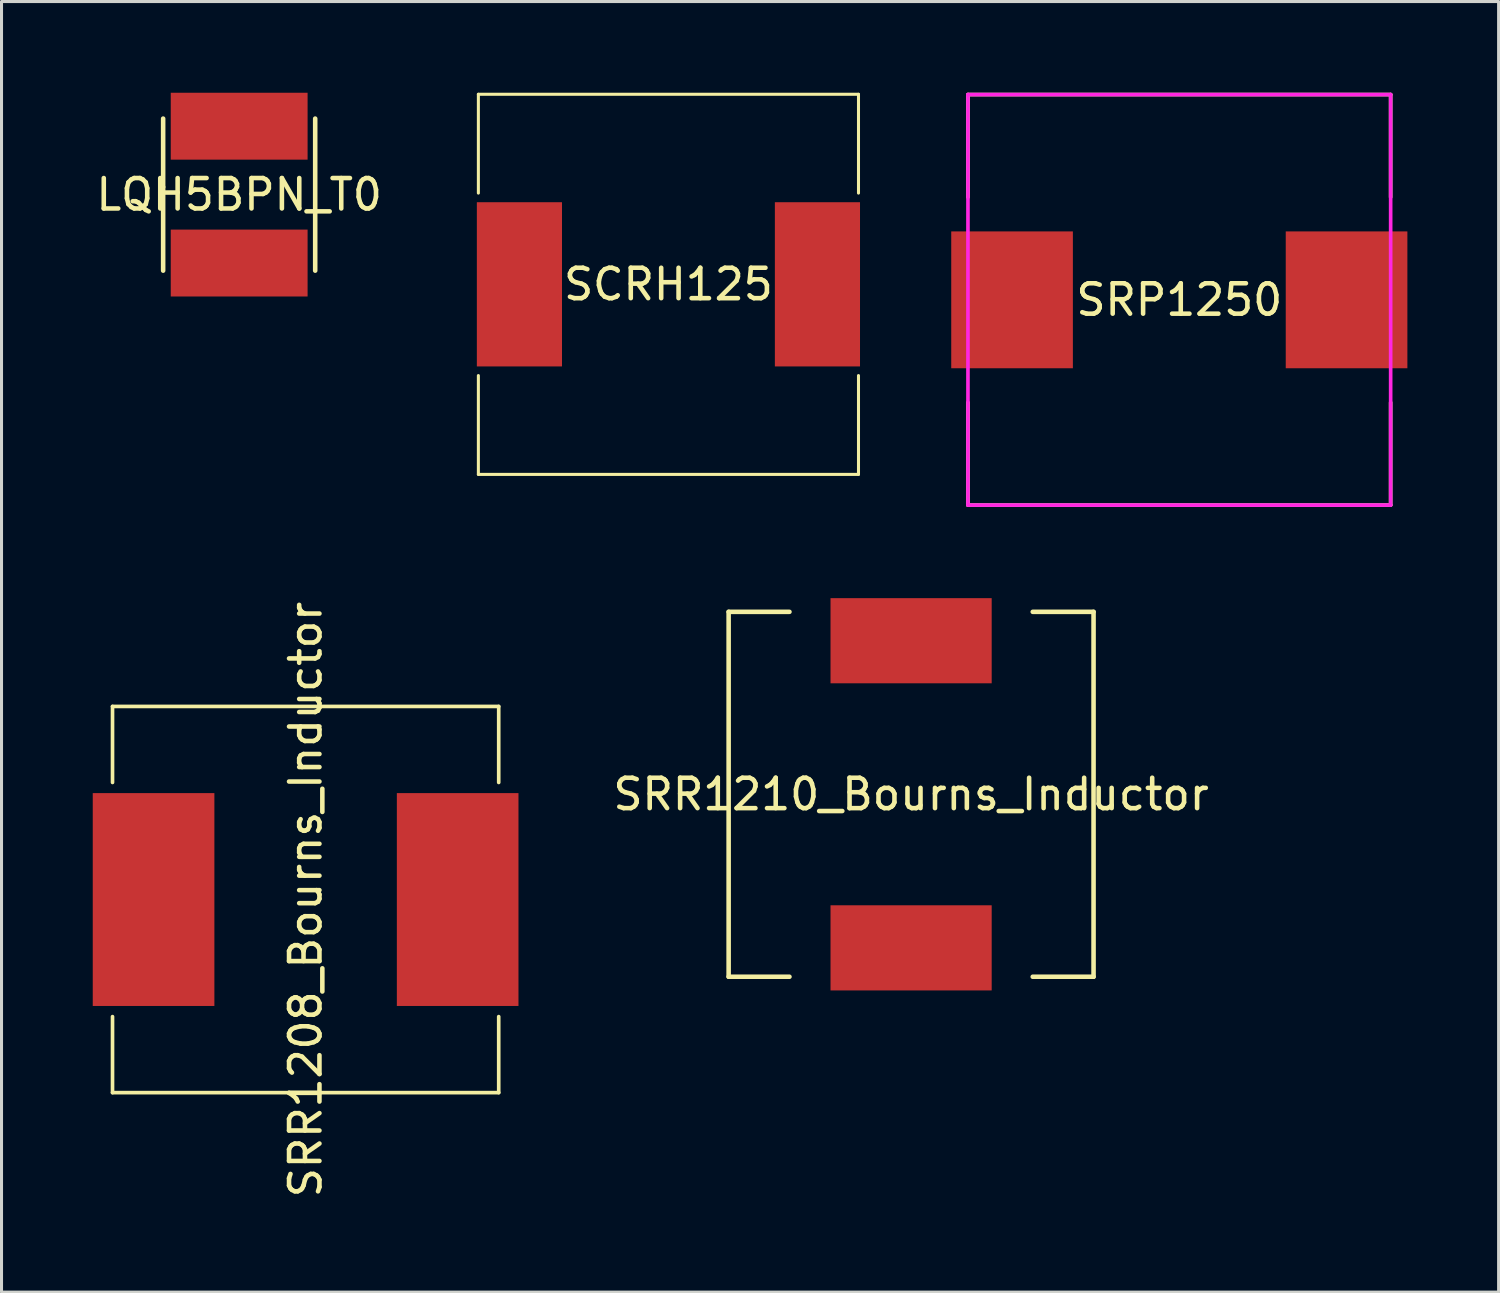
<source format=kicad_pcb>
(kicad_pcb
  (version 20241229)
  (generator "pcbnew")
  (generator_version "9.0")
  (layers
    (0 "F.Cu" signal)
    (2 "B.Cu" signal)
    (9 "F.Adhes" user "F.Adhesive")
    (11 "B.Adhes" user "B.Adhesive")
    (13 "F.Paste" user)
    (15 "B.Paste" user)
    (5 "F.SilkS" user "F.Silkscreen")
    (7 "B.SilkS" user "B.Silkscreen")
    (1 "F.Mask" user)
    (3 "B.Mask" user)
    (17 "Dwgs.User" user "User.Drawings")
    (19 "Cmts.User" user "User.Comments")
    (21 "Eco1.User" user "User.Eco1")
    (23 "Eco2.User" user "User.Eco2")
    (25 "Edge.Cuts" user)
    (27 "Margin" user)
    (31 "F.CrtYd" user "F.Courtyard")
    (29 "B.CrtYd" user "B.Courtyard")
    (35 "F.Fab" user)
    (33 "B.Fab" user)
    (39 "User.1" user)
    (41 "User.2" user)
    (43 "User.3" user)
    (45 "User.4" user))
  (footprint "SRR1208_Bourns_Inductor"
    (layer "F.Cu")
    (at 7 26.531)
    (property "Reference" "SRR1208_Bourns_Inductor" (at 0 0 90) (layer "F.SilkS") (effects (font (size 1 1) (thickness 0.15))))
    (attr through_hole)
    (fp_line (start -6.35 -6.35) (end -6.35 -3.85) (stroke (width 0.12) (type solid)) (layer "F.SilkS"))
    (fp_line (start -6.35 -6.35) (end 6.35 -6.35) (stroke (width 0.12) (type solid)) (layer "F.SilkS"))
    (fp_line (start -6.35 6.35) (end -6.35 3.85) (stroke (width 0.12) (type solid)) (layer "F.SilkS"))
    (fp_line (start -6.35 6.35) (end 6.35 6.35) (stroke (width 0.12) (type solid)) (layer "F.SilkS"))
    (fp_line (start 6.35 -6.35) (end 6.35 -3.85) (stroke (width 0.12) (type solid)) (layer "F.SilkS"))
    (fp_line (start 6.35 6.35) (end 6.35 3.85) (stroke (width 0.12) (type solid)) (layer "F.SilkS"))
    (pad "1" smd rect (at -5 0) (size 4 7) (layers "F.Cu" "F.Mask" "F.Paste"))
    (pad "2" smd rect (at 5 0) (size 4 7) (layers "F.Cu" "F.Mask" "F.Paste")))
  (footprint "SCRH125"
    (layer "F.Cu")
    (at 18.931 6.3)
    (property "Reference" "SCRH125" (at 0 0 0) (layer "F.SilkS") (effects (font (size 1 1) (thickness 0.15))))
    (attr smd)
    (fp_line (start -6.25 -6.25) (end 6.25 -6.25) (stroke (width 0.1) (type solid)) (layer "F.SilkS"))
    (fp_line (start -6.25 -3) (end -6.25 -6.25) (stroke (width 0.1) (type solid)) (layer "F.SilkS"))
    (fp_line (start -6.25 6.25) (end -6.25 3) (stroke (width 0.1) (type solid)) (layer "F.SilkS"))
    (fp_line (start 6.25 -6.25) (end 6.25 -3) (stroke (width 0.1) (type solid)) (layer "F.SilkS"))
    (fp_line (start 6.25 3) (end 6.25 6.25) (stroke (width 0.1) (type solid)) (layer "F.SilkS"))
    (fp_line (start 6.25 6.25) (end -6.25 6.25) (stroke (width 0.1) (type solid)) (layer "F.SilkS"))
    (pad "1" smd rect (at -4.9 0) (size 2.8 5.4) (layers "F.Cu" "F.Mask" "F.Paste"))
    (pad "2" smd rect (at 4.9 0) (size 2.8 5.4) (layers "F.Cu" "F.Mask" "F.Paste")))
  (footprint "LQH5BPN_T0"
    (layer "F.Cu")
    (at 4.815 3.35)
    (property "Reference" "LQH5BPN_T0" (at 0 0 180) (layer "F.SilkS") (effects (font (size 1 1) (thickness 0.15))))
    (attr smd)
    (fp_line (start -2.5 -0.25) (end -2.5 -2.5) (stroke (width 0.15) (type solid)) (layer "F.SilkS"))
    (fp_line (start -2.5 -0.25) (end -2.5 2.5) (stroke (width 0.15) (type solid)) (layer "F.SilkS"))
    (fp_line (start 2.5 -2.5) (end 2.5 2.5) (stroke (width 0.15) (type solid)) (layer "F.SilkS"))
    (pad "1" smd rect (at 0 2.25 90) (size 2.2 4.5) (layers "F.Cu" "F.Mask" "F.Paste"))
    (pad "2" smd rect (at 0 -2.25 90) (size 2.2 4.5) (layers "F.Cu" "F.Mask" "F.Paste")))
  (footprint "SRR1210_Bourns_Inductor"
    (layer "F.Cu")
    (at 26.911 23.07)
    (property "Reference" "SRR1210_Bourns_Inductor" (at 0 0 0) (layer "F.SilkS") (effects (font (size 1 1) (thickness 0.15))))
    (attr smd)
    (fp_line (start -6 -6) (end -6 6) (stroke (width 0.15) (type solid)) (layer "F.SilkS"))
    (fp_line (start -6 6) (end -4 6) (stroke (width 0.15) (type solid)) (layer "F.SilkS"))
    (fp_line (start -4 -6) (end -6 -6) (stroke (width 0.15) (type solid)) (layer "F.SilkS"))
    (fp_line (start 4 6) (end 6 6) (stroke (width 0.15) (type solid)) (layer "F.SilkS"))
    (fp_line (start 6 -6) (end 4 -6) (stroke (width 0.15) (type solid)) (layer "F.SilkS"))
    (fp_line (start 6 6) (end 6 -6) (stroke (width 0.15) (type solid)) (layer "F.SilkS"))
    (pad "1" smd trapezoid (at 0 -5.05) (size 5.3 2.8) (layers "F.Cu" "F.Mask" "F.Paste"))
    (pad "2" smd rect (at 0 5.05) (size 5.3 2.8) (layers "F.Cu" "F.Mask" "F.Paste")))
  (footprint "SRP1250"
    (layer "F.Cu")
    (at 35.731 6.81)
    (property "Reference" "SRP1250" (at 0 0 0) (layer "F.SilkS") (effects (font (size 1 1) (thickness 0.15))))
    (attr smd)
    (fp_line (start -6.95 -6.75) (end 6.95 -6.75) (stroke (width 0.12) (type solid)) (layer "F.SilkS"))
    (fp_line (start -6.95 -3.375) (end -6.95 -6.75) (stroke (width 0.12) (type solid)) (layer "F.SilkS"))
    (fp_line (start -6.95 6.75) (end -6.95 3.375) (stroke (width 0.12) (type solid)) (layer "F.SilkS"))
    (fp_line (start 6.95 -6.75) (end 6.95 -3.375) (stroke (width 0.12) (type solid)) (layer "F.SilkS"))
    (fp_line (start 6.95 3.375) (end 6.95 6.75) (stroke (width 0.12) (type solid)) (layer "F.SilkS"))
    (fp_line (start 6.95 6.75) (end -6.95 6.75) (stroke (width 0.12) (type solid)) (layer "F.SilkS"))
    (fp_line (start -6.95 -6.75) (end 6.95 -6.75) (stroke (width 0.12) (type solid)) (layer "F.CrtYd"))
    (fp_line (start -6.95 6.75) (end -6.95 -6.75) (stroke (width 0.12) (type solid)) (layer "F.CrtYd"))
    (fp_line (start 6.95 -6.75) (end 6.95 6.75) (stroke (width 0.12) (type solid)) (layer "F.CrtYd"))
    (fp_line (start 6.95 6.75) (end -6.95 6.75) (stroke (width 0.12) (type solid)) (layer "F.CrtYd"))
    (pad "1" smd rect (at -5.5 0) (size 4 4.5) (layers "F.Cu" "F.Mask" "F.Paste"))
    (pad "2" smd rect (at 5.5 0) (size 4 4.5) (layers "F.Cu" "F.Mask" "F.Paste")))
  (gr_rect
    (start -3 -3)
    (end 46.231 39.441)
    (stroke (width 0.1) (type default))
    (fill no)
    (layer "Edge.Cuts")))
</source>
